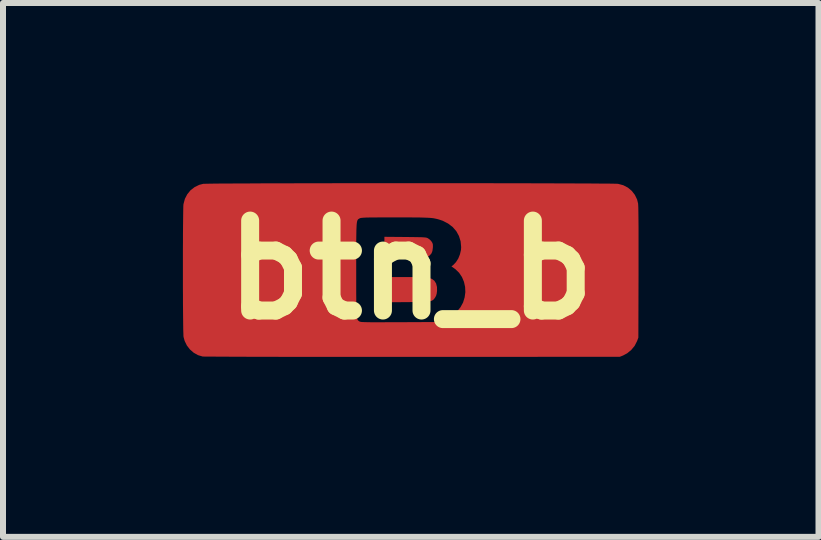
<source format=kicad_pcb>
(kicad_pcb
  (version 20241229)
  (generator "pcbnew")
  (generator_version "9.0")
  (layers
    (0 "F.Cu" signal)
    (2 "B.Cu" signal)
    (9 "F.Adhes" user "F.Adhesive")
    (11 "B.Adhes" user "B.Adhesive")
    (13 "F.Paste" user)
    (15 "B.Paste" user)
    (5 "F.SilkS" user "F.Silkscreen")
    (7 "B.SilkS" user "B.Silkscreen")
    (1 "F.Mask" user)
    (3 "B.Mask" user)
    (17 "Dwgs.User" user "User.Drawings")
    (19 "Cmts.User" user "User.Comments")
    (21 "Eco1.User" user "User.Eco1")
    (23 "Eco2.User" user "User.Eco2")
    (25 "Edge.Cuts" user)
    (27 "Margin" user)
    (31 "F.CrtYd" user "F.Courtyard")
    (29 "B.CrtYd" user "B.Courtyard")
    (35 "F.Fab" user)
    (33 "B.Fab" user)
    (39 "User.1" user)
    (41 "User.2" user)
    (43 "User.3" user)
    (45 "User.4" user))
  (footprint "btn_b"
    (layer "F.Cu")
    (at 3.8 1.45)
    (property "Reference" "btn_b" (at 0 0 0) (layer "F.SilkS") (effects (font (size 1.5 1.5) (thickness 0.3))))
    (attr board_only exclude_from_pos_files exclude_from_bom)
    (fp_poly (pts (xy -0.018 0.12) (xy 0.06 0.121) (xy 0.132 0.122) (xy 0.194 0.124) (xy 0.244 0.126) (xy 0.278 0.128) (xy 0.29 0.13) (xy 0.349 0.149) (xy 0.393 0.181) (xy 0.422 0.227) (xy 0.437 0.286) (xy 0.438 0.35) (xy 0.432 0.397) (xy 0.422 0.432) (xy 0.406 0.461) (xy 0.393 0.479) (xy 0.381 0.494) (xy 0.367 0.505) (xy 0.35 0.515) (xy 0.326 0.522) (xy 0.295 0.528) (xy 0.254 0.531) (xy 0.201 0.534) (xy 0.134 0.536) (xy 0.052 0.537) (xy -0.048 0.538) (xy -0.068 0.538) (xy -0.44 0.541) (xy -0.44 0.331) (xy -0.44 0.12) (xy -0.101 0.12)) (stroke (width 0) (type solid)) (fill yes) (layer "F.Cu"))
    (fp_poly (pts (xy -0.092 -0.548) (xy 0.000417 -0.547) (xy 0.075 -0.546) (xy 0.135 -0.545) (xy 0.181 -0.544) (xy 0.215 -0.542) (xy 0.241 -0.54) (xy 0.259 -0.537) (xy 0.273 -0.533) (xy 0.283 -0.528) (xy 0.29 -0.524) (xy 0.32 -0.502) (xy 0.346 -0.473) (xy 0.348 -0.469) (xy 0.361 -0.447) (xy 0.368 -0.424) (xy 0.369 -0.394) (xy 0.368 -0.368) (xy 0.361 -0.316) (xy 0.346 -0.276) (xy 0.318 -0.243) (xy 0.296 -0.226) (xy 0.288 -0.22) (xy 0.279 -0.216) (xy 0.266 -0.212) (xy 0.247 -0.209) (xy 0.22 -0.207) (xy 0.184 -0.206) (xy 0.136 -0.204) (xy 0.074 -0.203) (xy -0.004 -0.203) (xy -0.086 -0.202) (xy -0.44 -0.199) (xy -0.44 -0.375) (xy -0.44 -0.551)) (stroke (width 0) (type solid)) (fill yes) (layer "F.Cu"))
    (fp_poly (pts (xy 0.153 -1.445) (xy 0.382 -1.445) (xy 0.609 -1.445) (xy 0.834 -1.445) (xy 1.055 -1.445) (xy 1.272 -1.445) (xy 1.485 -1.444) (xy 1.691 -1.444) (xy 1.89 -1.444) (xy 2.082 -1.443) (xy 2.265 -1.443) (xy 2.438 -1.442) (xy 2.601 -1.442) (xy 2.753 -1.441) (xy 2.893 -1.441) (xy 3.019 -1.44) (xy 3.131 -1.439) (xy 3.228 -1.438) (xy 3.31 -1.438) (xy 3.375 -1.437) (xy 3.422 -1.436) (xy 3.451 -1.435) (xy 3.459 -1.434) (xy 3.544 -1.411) (xy 3.621 -1.371) (xy 3.685 -1.317) (xy 3.737 -1.25) (xy 3.774 -1.173) (xy 3.791 -1.104) (xy 3.792 -1.083) (xy 3.794 -1.043) (xy 3.795 -0.983) (xy 3.796 -0.906) (xy 3.797 -0.811) (xy 3.798 -0.7) (xy 3.798 -0.572) (xy 3.798 -0.429) (xy 3.798 -0.271) (xy 3.798 -0.099) (xy 3.798 0.045) (xy 3.795 1.13) (xy 3.773 1.189) (xy 3.733 1.267) (xy 3.677 1.335) (xy 3.609 1.391) (xy 3.54 1.428) (xy 3.485 1.45) (xy 0.03 1.451) (xy -0.232 1.451) (xy -0.489 1.451) (xy -0.741 1.451) (xy -0.986 1.451) (xy -1.224 1.451) (xy -1.454 1.451) (xy -1.676 1.451) (xy -1.888 1.451) (xy -2.09 1.451) (xy -2.282 1.45) (xy -2.462 1.45) (xy -2.629 1.45) (xy -2.784 1.449) (xy -2.925 1.449) (xy -3.051 1.448) (xy -3.163 1.448) (xy -3.258 1.447) (xy -3.337 1.447) (xy -3.398 1.446) (xy -3.441 1.446) (xy -3.466 1.445) (xy -3.471 1.445) (xy -3.549 1.422) (xy -3.62 1.382) (xy -3.683 1.327) (xy -3.734 1.261) (xy -3.771 1.185) (xy -3.789 1.12) (xy -3.791 1.101) (xy -3.792 1.064) (xy -3.794 1.01) (xy -3.795 0.94) (xy -3.796 0.858) (xy -3.797 0.763) (xy -3.798 0.659) (xy -3.799 0.545) (xy -3.799 0.425) (xy -3.8 0.3) (xy -3.8 0.171) (xy -3.8 0.04) (xy -3.8 -0.091) (xy -3.8 -0.2) (xy -0.91 -0.2) (xy -0.91 -0.059) (xy -0.91 -0.005) (xy -0.91 0.143) (xy -0.91 0.272) (xy -0.91 0.383) (xy -0.909 0.479) (xy -0.909 0.56) (xy -0.907 0.628) (xy -0.906 0.683) (xy -0.904 0.728) (xy -0.901 0.764) (xy -0.898 0.791) (xy -0.894 0.811) (xy -0.889 0.827) (xy -0.883 0.838) (xy -0.876 0.846) (xy -0.868 0.852) (xy -0.859 0.859) (xy -0.859 0.859) (xy -0.852 0.862) (xy -0.843 0.865) (xy -0.83 0.868) (xy -0.811 0.87) (xy -0.784 0.871) (xy -0.749 0.872) (xy -0.703 0.873) (xy -0.645 0.874) (xy -0.574 0.874) (xy -0.489 0.874) (xy -0.387 0.873) (xy -0.267 0.873) (xy -0.2 0.873) (xy 0.435 0.87) (xy 0.505 0.846) (xy 0.602 0.807) (xy 0.688 0.76) (xy 0.759 0.706) (xy 0.771 0.694) (xy 0.829 0.623) (xy 0.872 0.544) (xy 0.898 0.459) (xy 0.91 0.372) (xy 0.906 0.285) (xy 0.887 0.2) (xy 0.854 0.121) (xy 0.806 0.049) (xy 0.743 -0.012) (xy 0.723 -0.026) (xy 0.678 -0.058) (xy 0.708 -0.081) (xy 0.753 -0.128) (xy 0.792 -0.189) (xy 0.82 -0.259) (xy 0.837 -0.332) (xy 0.84 -0.38) (xy 0.831 -0.476) (xy 0.803 -0.565) (xy 0.759 -0.645) (xy 0.699 -0.714) (xy 0.623 -0.772) (xy 0.534 -0.818) (xy 0.49 -0.833) (xy 0.462 -0.842) (xy 0.435 -0.849) (xy 0.407 -0.855) (xy 0.377 -0.861) (xy 0.343 -0.865) (xy 0.302 -0.868) (xy 0.253 -0.87) (xy 0.195 -0.872) (xy 0.125 -0.874) (xy 0.042 -0.874) (xy -0.057 -0.875) (xy -0.172 -0.875) (xy -0.257 -0.875) (xy -0.38 -0.875) (xy -0.484 -0.875) (xy -0.572 -0.874) (xy -0.644 -0.874) (xy -0.702 -0.873) (xy -0.748 -0.872) (xy -0.784 -0.87) (xy -0.81 -0.868) (xy -0.829 -0.866) (xy -0.842 -0.863) (xy -0.85 -0.86) (xy -0.861 -0.854) (xy -0.87 -0.849) (xy -0.878 -0.843) (xy -0.885 -0.834) (xy -0.891 -0.822) (xy -0.896 -0.804) (xy -0.9 -0.78) (xy -0.903 -0.748) (xy -0.905 -0.708) (xy -0.907 -0.656) (xy -0.908 -0.594) (xy -0.909 -0.518) (xy -0.91 -0.428) (xy -0.91 -0.322) (xy -0.91 -0.2) (xy -3.8 -0.2) (xy -3.8 -0.222) (xy -3.8 -0.349) (xy -3.799 -0.471) (xy -3.799 -0.588) (xy -3.798 -0.697) (xy -3.797 -0.796) (xy -3.796 -0.884) (xy -3.795 -0.959) (xy -3.794 -1.02) (xy -3.793 -1.065) (xy -3.791 -1.093) (xy -3.79 -1.098) (xy -3.767 -1.184) (xy -3.727 -1.261) (xy -3.673 -1.327) (xy -3.606 -1.379) (xy -3.529 -1.417) (xy -3.459 -1.435) (xy -3.443 -1.435) (xy -3.408 -1.436) (xy -3.355 -1.437) (xy -3.284 -1.438) (xy -3.197 -1.439) (xy -3.095 -1.44) (xy -2.978 -1.44) (xy -2.847 -1.441) (xy -2.704 -1.441) (xy -2.548 -1.442) (xy -2.382 -1.443) (xy -2.205 -1.443) (xy -2.019 -1.443) (xy -1.824 -1.444) (xy -1.623 -1.444) (xy -1.414 -1.444) (xy -1.2 -1.445) (xy -0.981 -1.445) (xy -0.759 -1.445) (xy -0.533 -1.445) (xy -0.305 -1.445) (xy -0.076 -1.445)) (stroke (width 0) (type solid)) (fill yes) (layer "F.Cu"))
    (fp_poly (pts (xy -0.018 0.12) (xy 0.06 0.121) (xy 0.132 0.122) (xy 0.194 0.124) (xy 0.244 0.126) (xy 0.278 0.128) (xy 0.29 0.13) (xy 0.349 0.149) (xy 0.393 0.181) (xy 0.422 0.227) (xy 0.437 0.286) (xy 0.438 0.35) (xy 0.432 0.397) (xy 0.422 0.432) (xy 0.406 0.461) (xy 0.393 0.479) (xy 0.381 0.494) (xy 0.367 0.505) (xy 0.35 0.515) (xy 0.326 0.522) (xy 0.295 0.528) (xy 0.254 0.531) (xy 0.201 0.534) (xy 0.134 0.536) (xy 0.052 0.537) (xy -0.048 0.538) (xy -0.068 0.538) (xy -0.44 0.541) (xy -0.44 0.331) (xy -0.44 0.12) (xy -0.101 0.12)) (stroke (width 0) (type solid)) (fill yes) (layer "F.Mask"))
    (fp_poly (pts (xy -0.092 -0.548) (xy 0.000417 -0.547) (xy 0.075 -0.546) (xy 0.135 -0.545) (xy 0.181 -0.544) (xy 0.215 -0.542) (xy 0.241 -0.54) (xy 0.259 -0.537) (xy 0.273 -0.533) (xy 0.283 -0.528) (xy 0.29 -0.524) (xy 0.32 -0.502) (xy 0.346 -0.473) (xy 0.348 -0.469) (xy 0.361 -0.447) (xy 0.368 -0.424) (xy 0.369 -0.394) (xy 0.368 -0.368) (xy 0.361 -0.316) (xy 0.346 -0.276) (xy 0.318 -0.243) (xy 0.296 -0.226) (xy 0.288 -0.22) (xy 0.279 -0.216) (xy 0.266 -0.212) (xy 0.247 -0.209) (xy 0.22 -0.207) (xy 0.184 -0.206) (xy 0.136 -0.204) (xy 0.074 -0.203) (xy -0.004 -0.203) (xy -0.086 -0.202) (xy -0.44 -0.199) (xy -0.44 -0.375) (xy -0.44 -0.551)) (stroke (width 0) (type solid)) (fill yes) (layer "F.Mask"))
    (fp_poly (pts (xy 0.153 -1.45) (xy 0.382 -1.45) (xy 0.609 -1.45) (xy 0.834 -1.45) (xy 1.055 -1.45) (xy 1.272 -1.45) (xy 1.485 -1.449) (xy 1.691 -1.449) (xy 1.89 -1.449) (xy 2.082 -1.448) (xy 2.265 -1.448) (xy 2.438 -1.447) (xy 2.601 -1.447) (xy 2.753 -1.446) (xy 2.893 -1.446) (xy 3.019 -1.445) (xy 3.131 -1.444) (xy 3.228 -1.444) (xy 3.31 -1.443) (xy 3.375 -1.442) (xy 3.422 -1.441) (xy 3.451 -1.44) (xy 3.459 -1.439) (xy 3.544 -1.416) (xy 3.621 -1.376) (xy 3.685 -1.322) (xy 3.737 -1.255) (xy 3.774 -1.178) (xy 3.791 -1.109) (xy 3.792 -1.088) (xy 3.794 -1.048) (xy 3.795 -0.988) (xy 3.796 -0.911) (xy 3.797 -0.816) (xy 3.798 -0.705) (xy 3.798 -0.577) (xy 3.798 -0.434) (xy 3.798 -0.276) (xy 3.798 -0.104) (xy 3.798 0.04) (xy 3.795 1.125) (xy 3.773 1.184) (xy 3.733 1.262) (xy 3.677 1.33) (xy 3.609 1.386) (xy 3.54 1.423) (xy 3.485 1.445) (xy 0.03 1.446) (xy -0.232 1.446) (xy -0.489 1.446) (xy -0.741 1.446) (xy -0.986 1.446) (xy -1.224 1.446) (xy -1.454 1.446) (xy -1.676 1.446) (xy -1.888 1.446) (xy -2.09 1.446) (xy -2.282 1.445) (xy -2.462 1.445) (xy -2.629 1.445) (xy -2.784 1.444) (xy -2.925 1.444) (xy -3.051 1.443) (xy -3.163 1.443) (xy -3.258 1.442) (xy -3.337 1.442) (xy -3.398 1.441) (xy -3.441 1.441) (xy -3.466 1.44) (xy -3.471 1.44) (xy -3.549 1.417) (xy -3.62 1.377) (xy -3.683 1.322) (xy -3.734 1.256) (xy -3.771 1.18) (xy -3.789 1.115) (xy -3.791 1.096) (xy -3.792 1.059) (xy -3.794 1.005) (xy -3.795 0.935) (xy -3.796 0.853) (xy -3.797 0.758) (xy -3.798 0.654) (xy -3.799 0.54) (xy -3.799 0.42) (xy -3.8 0.295) (xy -3.8 0.166) (xy -3.8 0.035) (xy -3.8 -0.096) (xy -3.8 -0.205) (xy -0.91 -0.205) (xy -0.91 -0.064) (xy -0.91 -0.01) (xy -0.91 0.138) (xy -0.91 0.267) (xy -0.91 0.378) (xy -0.909 0.474) (xy -0.909 0.555) (xy -0.907 0.623) (xy -0.906 0.678) (xy -0.904 0.723) (xy -0.901 0.759) (xy -0.898 0.786) (xy -0.894 0.806) (xy -0.889 0.822) (xy -0.883 0.833) (xy -0.876 0.841) (xy -0.868 0.847) (xy -0.859 0.854) (xy -0.859 0.854) (xy -0.852 0.857) (xy -0.843 0.86) (xy -0.83 0.863) (xy -0.811 0.865) (xy -0.784 0.866) (xy -0.749 0.867) (xy -0.703 0.868) (xy -0.645 0.869) (xy -0.574 0.869) (xy -0.489 0.869) (xy -0.387 0.868) (xy -0.267 0.868) (xy -0.2 0.868) (xy 0.435 0.865) (xy 0.505 0.841) (xy 0.602 0.802) (xy 0.688 0.755) (xy 0.759 0.701) (xy 0.771 0.689) (xy 0.829 0.618) (xy 0.872 0.539) (xy 0.898 0.454) (xy 0.91 0.367) (xy 0.906 0.28) (xy 0.887 0.195) (xy 0.854 0.116) (xy 0.806 0.044) (xy 0.743 -0.017) (xy 0.723 -0.031) (xy 0.678 -0.063) (xy 0.708 -0.086) (xy 0.753 -0.133) (xy 0.792 -0.194) (xy 0.82 -0.264) (xy 0.837 -0.337) (xy 0.84 -0.385) (xy 0.831 -0.481) (xy 0.803 -0.57) (xy 0.759 -0.65) (xy 0.699 -0.719) (xy 0.623 -0.777) (xy 0.534 -0.823) (xy 0.49 -0.838) (xy 0.462 -0.847) (xy 0.435 -0.854) (xy 0.407 -0.86) (xy 0.377 -0.866) (xy 0.343 -0.87) (xy 0.302 -0.873) (xy 0.253 -0.875) (xy 0.195 -0.877) (xy 0.125 -0.879) (xy 0.042 -0.879) (xy -0.057 -0.88) (xy -0.172 -0.88) (xy -0.257 -0.88) (xy -0.38 -0.88) (xy -0.484 -0.88) (xy -0.572 -0.879) (xy -0.644 -0.879) (xy -0.702 -0.878) (xy -0.748 -0.877) (xy -0.784 -0.875) (xy -0.81 -0.873) (xy -0.829 -0.871) (xy -0.842 -0.868) (xy -0.85 -0.865) (xy -0.861 -0.859) (xy -0.87 -0.854) (xy -0.878 -0.848) (xy -0.885 -0.839) (xy -0.891 -0.827) (xy -0.896 -0.809) (xy -0.9 -0.785) (xy -0.903 -0.753) (xy -0.905 -0.713) (xy -0.907 -0.661) (xy -0.908 -0.599) (xy -0.909 -0.523) (xy -0.91 -0.433) (xy -0.91 -0.327) (xy -0.91 -0.205) (xy -3.8 -0.205) (xy -3.8 -0.227) (xy -3.8 -0.354) (xy -3.799 -0.476) (xy -3.799 -0.593) (xy -3.798 -0.702) (xy -3.797 -0.801) (xy -3.796 -0.889) (xy -3.795 -0.964) (xy -3.794 -1.025) (xy -3.793 -1.07) (xy -3.791 -1.098) (xy -3.79 -1.103) (xy -3.767 -1.189) (xy -3.727 -1.266) (xy -3.673 -1.332) (xy -3.606 -1.384) (xy -3.529 -1.422) (xy -3.459 -1.44) (xy -3.443 -1.44) (xy -3.408 -1.441) (xy -3.355 -1.442) (xy -3.284 -1.443) (xy -3.197 -1.444) (xy -3.095 -1.445) (xy -2.978 -1.445) (xy -2.847 -1.446) (xy -2.704 -1.446) (xy -2.548 -1.447) (xy -2.382 -1.448) (xy -2.205 -1.448) (xy -2.019 -1.448) (xy -1.824 -1.449) (xy -1.623 -1.449) (xy -1.414 -1.449) (xy -1.2 -1.45) (xy -0.981 -1.45) (xy -0.759 -1.45) (xy -0.533 -1.45) (xy -0.305 -1.45) (xy -0.076 -1.45)) (stroke (width 0) (type solid)) (fill yes) (layer "F.Mask")))
  (gr_rect
    (start -3 -3)
    (end 10.599 5.902)
    (stroke (width 0.1) (type default))
    (fill no)
    (layer "Edge.Cuts")))
</source>
